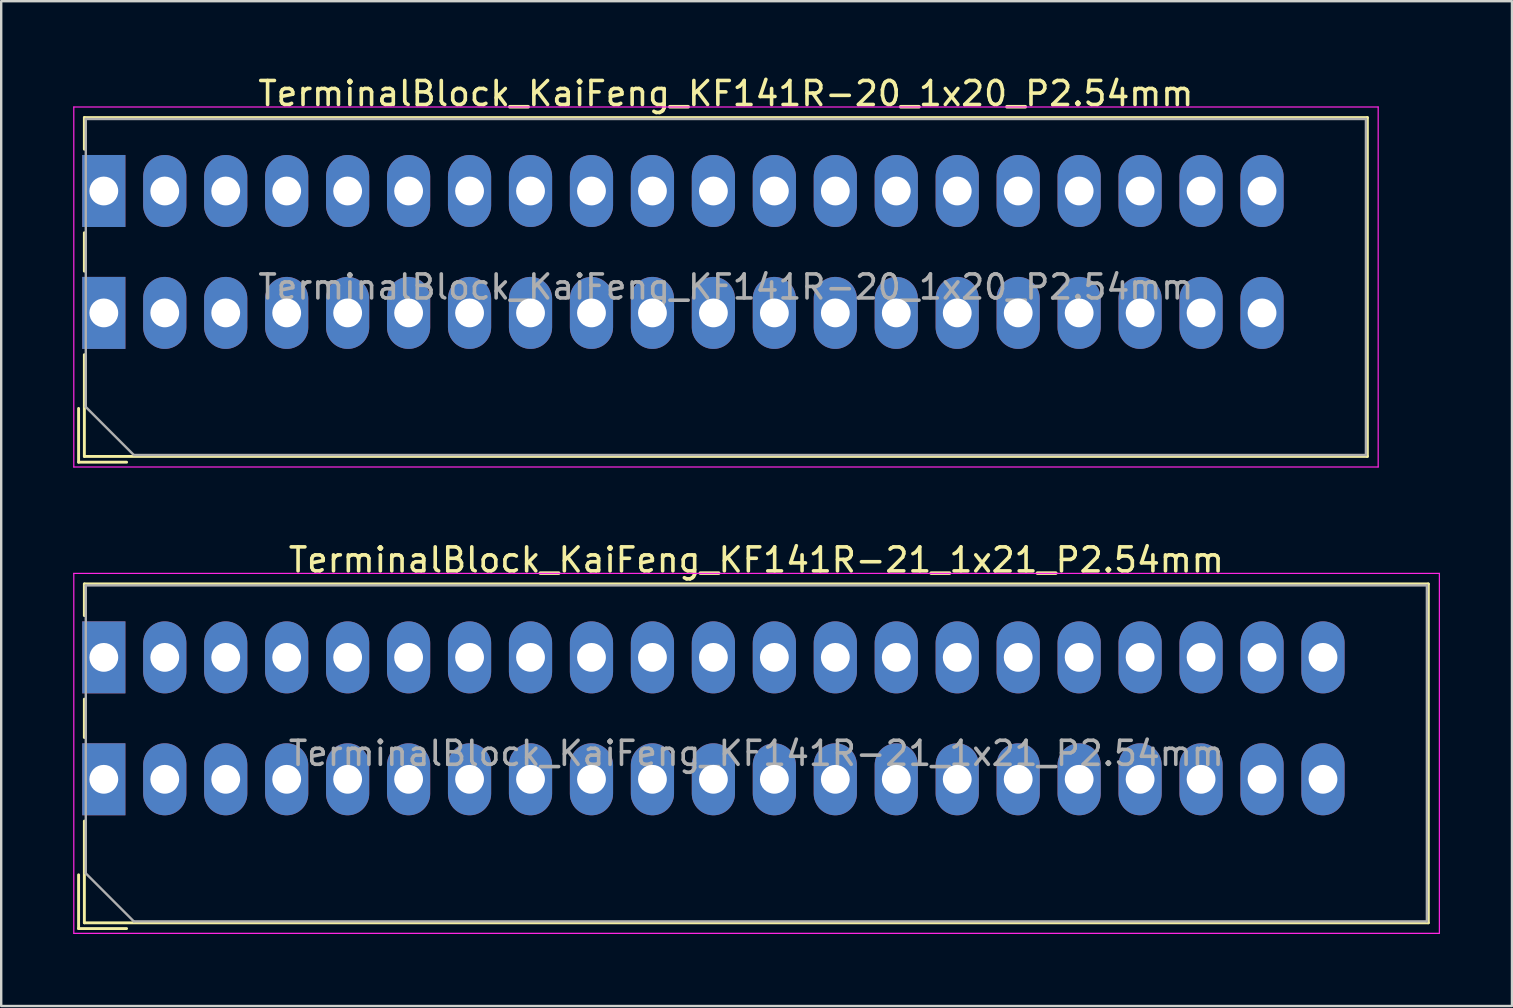
<source format=kicad_pcb>
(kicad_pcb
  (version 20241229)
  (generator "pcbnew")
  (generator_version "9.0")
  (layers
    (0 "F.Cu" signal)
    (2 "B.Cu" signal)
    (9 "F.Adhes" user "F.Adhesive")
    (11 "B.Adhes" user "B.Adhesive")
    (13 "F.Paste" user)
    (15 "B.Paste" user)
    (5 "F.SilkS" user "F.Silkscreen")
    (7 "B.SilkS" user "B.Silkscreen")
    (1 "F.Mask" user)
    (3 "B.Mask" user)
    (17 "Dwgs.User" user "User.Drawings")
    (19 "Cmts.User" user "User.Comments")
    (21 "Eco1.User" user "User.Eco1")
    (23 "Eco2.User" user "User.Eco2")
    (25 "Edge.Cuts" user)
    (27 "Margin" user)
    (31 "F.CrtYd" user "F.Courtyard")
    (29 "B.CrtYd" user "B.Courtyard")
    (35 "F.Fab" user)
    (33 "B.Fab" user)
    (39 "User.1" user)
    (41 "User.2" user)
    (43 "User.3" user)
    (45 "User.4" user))
  (footprint "TerminalBlock_KaiFeng_KF141R-20_1x20_P2.54mm"
    (layer "F.Cu")
    (at 1.275 4.908)
    (property "Reference" "TerminalBlock_KaiFeng_KF141R-20_1x20_P2.54mm" (at 25.92 -4.06 0) (layer "F.SilkS") (effects (font (size 1 1) (thickness 0.15))))
    (attr through_hole)
    (fp_line (start -1.05 9.06) (end -1.05 11.3) (stroke (width 0.12) (type solid)) (layer "F.SilkS"))
    (fp_line (start -1.05 11.3) (end 0.95 11.3) (stroke (width 0.12) (type solid)) (layer "F.SilkS"))
    (fp_line (start -0.81 -3.06) (end -0.81 -1.74) (stroke (width 0.12) (type solid)) (layer "F.SilkS"))
    (fp_line (start -0.81 -3.06) (end 52.65 -3.06) (stroke (width 0.12) (type solid)) (layer "F.SilkS"))
    (fp_line (start -0.81 1.74) (end -0.81 3.34) (stroke (width 0.12) (type solid)) (layer "F.SilkS"))
    (fp_line (start -0.81 6.82) (end -0.81 11.06) (stroke (width 0.12) (type solid)) (layer "F.SilkS"))
    (fp_line (start -0.81 11.06) (end 52.65 11.06) (stroke (width 0.12) (type solid)) (layer "F.SilkS"))
    (fp_line (start 52.65 -3.06) (end 52.65 11.06) (stroke (width 0.12) (type solid)) (layer "F.SilkS"))
    (fp_line (start -1.25 -3.5) (end -1.25 11.5) (stroke (width 0.05) (type solid)) (layer "F.CrtYd"))
    (fp_line (start -1.25 11.5) (end 53.1 11.5) (stroke (width 0.05) (type solid)) (layer "F.CrtYd"))
    (fp_line (start 53.1 -3.5) (end -1.25 -3.5) (stroke (width 0.05) (type solid)) (layer "F.CrtYd"))
    (fp_line (start 53.1 11.5) (end 53.1 -3.5) (stroke (width 0.05) (type solid)) (layer "F.CrtYd"))
    (fp_line (start -0.75 -3) (end 52.59 -3) (stroke (width 0.1) (type solid)) (layer "F.Fab"))
    (fp_line (start -0.75 9) (end -0.75 -3) (stroke (width 0.1) (type solid)) (layer "F.Fab"))
    (fp_line (start 1.25 11) (end -0.75 9) (stroke (width 0.1) (type solid)) (layer "F.Fab"))
    (fp_line (start 52.59 -3) (end 52.59 11) (stroke (width 0.1) (type solid)) (layer "F.Fab"))
    (fp_line (start 52.59 11) (end 1.25 11) (stroke (width 0.1) (type solid)) (layer "F.Fab"))
    (fp_text user "${REFERENCE}" (at 25.92 4 0) (layer "F.Fab") (effects (font (size 1 1) (thickness 0.15))))
    (pad "1" thru_hole rect (at 0 0) (size 1.8 3) (drill 1.2) (layers "*.Cu" "*.Mask"))
    (pad "1" thru_hole rect (at 0 5.08) (size 1.8 3) (drill 1.2) (layers "*.Cu" "*.Mask"))
    (pad "2" thru_hole oval (at 2.54 0) (size 1.8 3) (drill 1.2) (layers "*.Cu" "*.Mask"))
    (pad "2" thru_hole oval (at 2.54 5.08) (size 1.8 3) (drill 1.2) (layers "*.Cu" "*.Mask"))
    (pad "3" thru_hole oval (at 5.08 0) (size 1.8 3) (drill 1.2) (layers "*.Cu" "*.Mask"))
    (pad "3" thru_hole oval (at 5.08 5.08) (size 1.8 3) (drill 1.2) (layers "*.Cu" "*.Mask"))
    (pad "4" thru_hole oval (at 7.62 0) (size 1.8 3) (drill 1.2) (layers "*.Cu" "*.Mask"))
    (pad "4" thru_hole oval (at 7.62 5.08) (size 1.8 3) (drill 1.2) (layers "*.Cu" "*.Mask"))
    (pad "5" thru_hole oval (at 10.16 0) (size 1.8 3) (drill 1.2) (layers "*.Cu" "*.Mask"))
    (pad "5" thru_hole oval (at 10.16 5.08) (size 1.8 3) (drill 1.2) (layers "*.Cu" "*.Mask"))
    (pad "6" thru_hole oval (at 12.7 0) (size 1.8 3) (drill 1.2) (layers "*.Cu" "*.Mask"))
    (pad "6" thru_hole oval (at 12.7 5.08) (size 1.8 3) (drill 1.2) (layers "*.Cu" "*.Mask"))
    (pad "7" thru_hole oval (at 15.24 0) (size 1.8 3) (drill 1.2) (layers "*.Cu" "*.Mask"))
    (pad "7" thru_hole oval (at 15.24 5.08) (size 1.8 3) (drill 1.2) (layers "*.Cu" "*.Mask"))
    (pad "8" thru_hole oval (at 17.78 0) (size 1.8 3) (drill 1.2) (layers "*.Cu" "*.Mask"))
    (pad "8" thru_hole oval (at 17.78 5.08) (size 1.8 3) (drill 1.2) (layers "*.Cu" "*.Mask"))
    (pad "9" thru_hole oval (at 20.32 0) (size 1.8 3) (drill 1.2) (layers "*.Cu" "*.Mask"))
    (pad "9" thru_hole oval (at 20.32 5.08) (size 1.8 3) (drill 1.2) (layers "*.Cu" "*.Mask"))
    (pad "10" thru_hole oval (at 22.86 0) (size 1.8 3) (drill 1.2) (layers "*.Cu" "*.Mask"))
    (pad "10" thru_hole oval (at 22.86 5.08) (size 1.8 3) (drill 1.2) (layers "*.Cu" "*.Mask"))
    (pad "11" thru_hole oval (at 25.4 0) (size 1.8 3) (drill 1.2) (layers "*.Cu" "*.Mask"))
    (pad "11" thru_hole oval (at 25.4 5.08) (size 1.8 3) (drill 1.2) (layers "*.Cu" "*.Mask"))
    (pad "12" thru_hole oval (at 27.94 0) (size 1.8 3) (drill 1.2) (layers "*.Cu" "*.Mask"))
    (pad "12" thru_hole oval (at 27.94 5.08) (size 1.8 3) (drill 1.2) (layers "*.Cu" "*.Mask"))
    (pad "13" thru_hole oval (at 30.48 0) (size 1.8 3) (drill 1.2) (layers "*.Cu" "*.Mask"))
    (pad "13" thru_hole oval (at 30.48 5.08) (size 1.8 3) (drill 1.2) (layers "*.Cu" "*.Mask"))
    (pad "14" thru_hole oval (at 33.02 0) (size 1.8 3) (drill 1.2) (layers "*.Cu" "*.Mask"))
    (pad "14" thru_hole oval (at 33.02 5.08) (size 1.8 3) (drill 1.2) (layers "*.Cu" "*.Mask"))
    (pad "15" thru_hole oval (at 35.56 0) (size 1.8 3) (drill 1.2) (layers "*.Cu" "*.Mask"))
    (pad "15" thru_hole oval (at 35.56 5.08) (size 1.8 3) (drill 1.2) (layers "*.Cu" "*.Mask"))
    (pad "16" thru_hole oval (at 38.1 0) (size 1.8 3) (drill 1.2) (layers "*.Cu" "*.Mask"))
    (pad "16" thru_hole oval (at 38.1 5.08) (size 1.8 3) (drill 1.2) (layers "*.Cu" "*.Mask"))
    (pad "17" thru_hole oval (at 40.64 0) (size 1.8 3) (drill 1.2) (layers "*.Cu" "*.Mask"))
    (pad "17" thru_hole oval (at 40.64 5.08) (size 1.8 3) (drill 1.2) (layers "*.Cu" "*.Mask"))
    (pad "18" thru_hole oval (at 43.18 0) (size 1.8 3) (drill 1.2) (layers "*.Cu" "*.Mask"))
    (pad "18" thru_hole oval (at 43.18 5.08) (size 1.8 3) (drill 1.2) (layers "*.Cu" "*.Mask"))
    (pad "19" thru_hole oval (at 45.72 0) (size 1.8 3) (drill 1.2) (layers "*.Cu" "*.Mask"))
    (pad "19" thru_hole oval (at 45.72 5.08) (size 1.8 3) (drill 1.2) (layers "*.Cu" "*.Mask"))
    (pad "20" thru_hole oval (at 48.26 0) (size 1.8 3) (drill 1.2) (layers "*.Cu" "*.Mask"))
    (pad "20" thru_hole oval (at 48.26 5.08) (size 1.8 3) (drill 1.2) (layers "*.Cu" "*.Mask")))
  (footprint "TerminalBlock_KaiFeng_KF141R-21_1x21_P2.54mm"
    (layer "F.Cu")
    (at 1.275 24.341)
    (property "Reference" "TerminalBlock_KaiFeng_KF141R-21_1x21_P2.54mm" (at 27.19 -4.06 0) (layer "F.SilkS") (effects (font (size 1 1) (thickness 0.15))))
    (attr through_hole)
    (fp_line (start -1.05 9.06) (end -1.05 11.3) (stroke (width 0.12) (type solid)) (layer "F.SilkS"))
    (fp_line (start -1.05 11.3) (end 0.95 11.3) (stroke (width 0.12) (type solid)) (layer "F.SilkS"))
    (fp_line (start -0.81 -3.06) (end -0.81 -1.74) (stroke (width 0.12) (type solid)) (layer "F.SilkS"))
    (fp_line (start -0.81 -3.06) (end 55.19 -3.06) (stroke (width 0.12) (type solid)) (layer "F.SilkS"))
    (fp_line (start -0.81 1.74) (end -0.81 3.34) (stroke (width 0.12) (type solid)) (layer "F.SilkS"))
    (fp_line (start -0.81 6.82) (end -0.81 11.06) (stroke (width 0.12) (type solid)) (layer "F.SilkS"))
    (fp_line (start -0.81 11.06) (end 55.19 11.06) (stroke (width 0.12) (type solid)) (layer "F.SilkS"))
    (fp_line (start 55.19 -3.06) (end 55.19 11.06) (stroke (width 0.12) (type solid)) (layer "F.SilkS"))
    (fp_line (start -1.25 -3.5) (end -1.25 11.5) (stroke (width 0.05) (type solid)) (layer "F.CrtYd"))
    (fp_line (start -1.25 11.5) (end 55.65 11.5) (stroke (width 0.05) (type solid)) (layer "F.CrtYd"))
    (fp_line (start 55.65 -3.5) (end -1.25 -3.5) (stroke (width 0.05) (type solid)) (layer "F.CrtYd"))
    (fp_line (start 55.65 11.5) (end 55.65 -3.5) (stroke (width 0.05) (type solid)) (layer "F.CrtYd"))
    (fp_line (start -0.75 -3) (end 55.13 -3) (stroke (width 0.1) (type solid)) (layer "F.Fab"))
    (fp_line (start -0.75 9) (end -0.75 -3) (stroke (width 0.1) (type solid)) (layer "F.Fab"))
    (fp_line (start 1.25 11) (end -0.75 9) (stroke (width 0.1) (type solid)) (layer "F.Fab"))
    (fp_line (start 55.13 -3) (end 55.13 11) (stroke (width 0.1) (type solid)) (layer "F.Fab"))
    (fp_line (start 55.13 11) (end 1.25 11) (stroke (width 0.1) (type solid)) (layer "F.Fab"))
    (fp_text user "${REFERENCE}" (at 27.19 4 0) (layer "F.Fab") (effects (font (size 1 1) (thickness 0.15))))
    (pad "1" thru_hole rect (at 0 0) (size 1.8 3) (drill 1.2) (layers "*.Cu" "*.Mask"))
    (pad "1" thru_hole rect (at 0 5.08) (size 1.8 3) (drill 1.2) (layers "*.Cu" "*.Mask"))
    (pad "2" thru_hole oval (at 2.54 0) (size 1.8 3) (drill 1.2) (layers "*.Cu" "*.Mask"))
    (pad "2" thru_hole oval (at 2.54 5.08) (size 1.8 3) (drill 1.2) (layers "*.Cu" "*.Mask"))
    (pad "3" thru_hole oval (at 5.08 0) (size 1.8 3) (drill 1.2) (layers "*.Cu" "*.Mask"))
    (pad "3" thru_hole oval (at 5.08 5.08) (size 1.8 3) (drill 1.2) (layers "*.Cu" "*.Mask"))
    (pad "4" thru_hole oval (at 7.62 0) (size 1.8 3) (drill 1.2) (layers "*.Cu" "*.Mask"))
    (pad "4" thru_hole oval (at 7.62 5.08) (size 1.8 3) (drill 1.2) (layers "*.Cu" "*.Mask"))
    (pad "5" thru_hole oval (at 10.16 0) (size 1.8 3) (drill 1.2) (layers "*.Cu" "*.Mask"))
    (pad "5" thru_hole oval (at 10.16 5.08) (size 1.8 3) (drill 1.2) (layers "*.Cu" "*.Mask"))
    (pad "6" thru_hole oval (at 12.7 0) (size 1.8 3) (drill 1.2) (layers "*.Cu" "*.Mask"))
    (pad "6" thru_hole oval (at 12.7 5.08) (size 1.8 3) (drill 1.2) (layers "*.Cu" "*.Mask"))
    (pad "7" thru_hole oval (at 15.24 0) (size 1.8 3) (drill 1.2) (layers "*.Cu" "*.Mask"))
    (pad "7" thru_hole oval (at 15.24 5.08) (size 1.8 3) (drill 1.2) (layers "*.Cu" "*.Mask"))
    (pad "8" thru_hole oval (at 17.78 0) (size 1.8 3) (drill 1.2) (layers "*.Cu" "*.Mask"))
    (pad "8" thru_hole oval (at 17.78 5.08) (size 1.8 3) (drill 1.2) (layers "*.Cu" "*.Mask"))
    (pad "9" thru_hole oval (at 20.32 0) (size 1.8 3) (drill 1.2) (layers "*.Cu" "*.Mask"))
    (pad "9" thru_hole oval (at 20.32 5.08) (size 1.8 3) (drill 1.2) (layers "*.Cu" "*.Mask"))
    (pad "10" thru_hole oval (at 22.86 0) (size 1.8 3) (drill 1.2) (layers "*.Cu" "*.Mask"))
    (pad "10" thru_hole oval (at 22.86 5.08) (size 1.8 3) (drill 1.2) (layers "*.Cu" "*.Mask"))
    (pad "11" thru_hole oval (at 25.4 0) (size 1.8 3) (drill 1.2) (layers "*.Cu" "*.Mask"))
    (pad "11" thru_hole oval (at 25.4 5.08) (size 1.8 3) (drill 1.2) (layers "*.Cu" "*.Mask"))
    (pad "12" thru_hole oval (at 27.94 0) (size 1.8 3) (drill 1.2) (layers "*.Cu" "*.Mask"))
    (pad "12" thru_hole oval (at 27.94 5.08) (size 1.8 3) (drill 1.2) (layers "*.Cu" "*.Mask"))
    (pad "13" thru_hole oval (at 30.48 0) (size 1.8 3) (drill 1.2) (layers "*.Cu" "*.Mask"))
    (pad "13" thru_hole oval (at 30.48 5.08) (size 1.8 3) (drill 1.2) (layers "*.Cu" "*.Mask"))
    (pad "14" thru_hole oval (at 33.02 0) (size 1.8 3) (drill 1.2) (layers "*.Cu" "*.Mask"))
    (pad "14" thru_hole oval (at 33.02 5.08) (size 1.8 3) (drill 1.2) (layers "*.Cu" "*.Mask"))
    (pad "15" thru_hole oval (at 35.56 0) (size 1.8 3) (drill 1.2) (layers "*.Cu" "*.Mask"))
    (pad "15" thru_hole oval (at 35.56 5.08) (size 1.8 3) (drill 1.2) (layers "*.Cu" "*.Mask"))
    (pad "16" thru_hole oval (at 38.1 0) (size 1.8 3) (drill 1.2) (layers "*.Cu" "*.Mask"))
    (pad "16" thru_hole oval (at 38.1 5.08) (size 1.8 3) (drill 1.2) (layers "*.Cu" "*.Mask"))
    (pad "17" thru_hole oval (at 40.64 0) (size 1.8 3) (drill 1.2) (layers "*.Cu" "*.Mask"))
    (pad "17" thru_hole oval (at 40.64 5.08) (size 1.8 3) (drill 1.2) (layers "*.Cu" "*.Mask"))
    (pad "18" thru_hole oval (at 43.18 0) (size 1.8 3) (drill 1.2) (layers "*.Cu" "*.Mask"))
    (pad "18" thru_hole oval (at 43.18 5.08) (size 1.8 3) (drill 1.2) (layers "*.Cu" "*.Mask"))
    (pad "19" thru_hole oval (at 45.72 0) (size 1.8 3) (drill 1.2) (layers "*.Cu" "*.Mask"))
    (pad "19" thru_hole oval (at 45.72 5.08) (size 1.8 3) (drill 1.2) (layers "*.Cu" "*.Mask"))
    (pad "20" thru_hole oval (at 48.26 0) (size 1.8 3) (drill 1.2) (layers "*.Cu" "*.Mask"))
    (pad "20" thru_hole oval (at 48.26 5.08) (size 1.8 3) (drill 1.2) (layers "*.Cu" "*.Mask"))
    (pad "21" thru_hole oval (at 50.8 0) (size 1.8 3) (drill 1.2) (layers "*.Cu" "*.Mask"))
    (pad "21" thru_hole oval (at 50.8 5.08) (size 1.8 3) (drill 1.2) (layers "*.Cu" "*.Mask")))
  (gr_rect
    (start -3 -3)
    (end 59.95 38.867)
    (stroke (width 0.1) (type default))
    (fill no)
    (layer "Edge.Cuts")))
</source>
